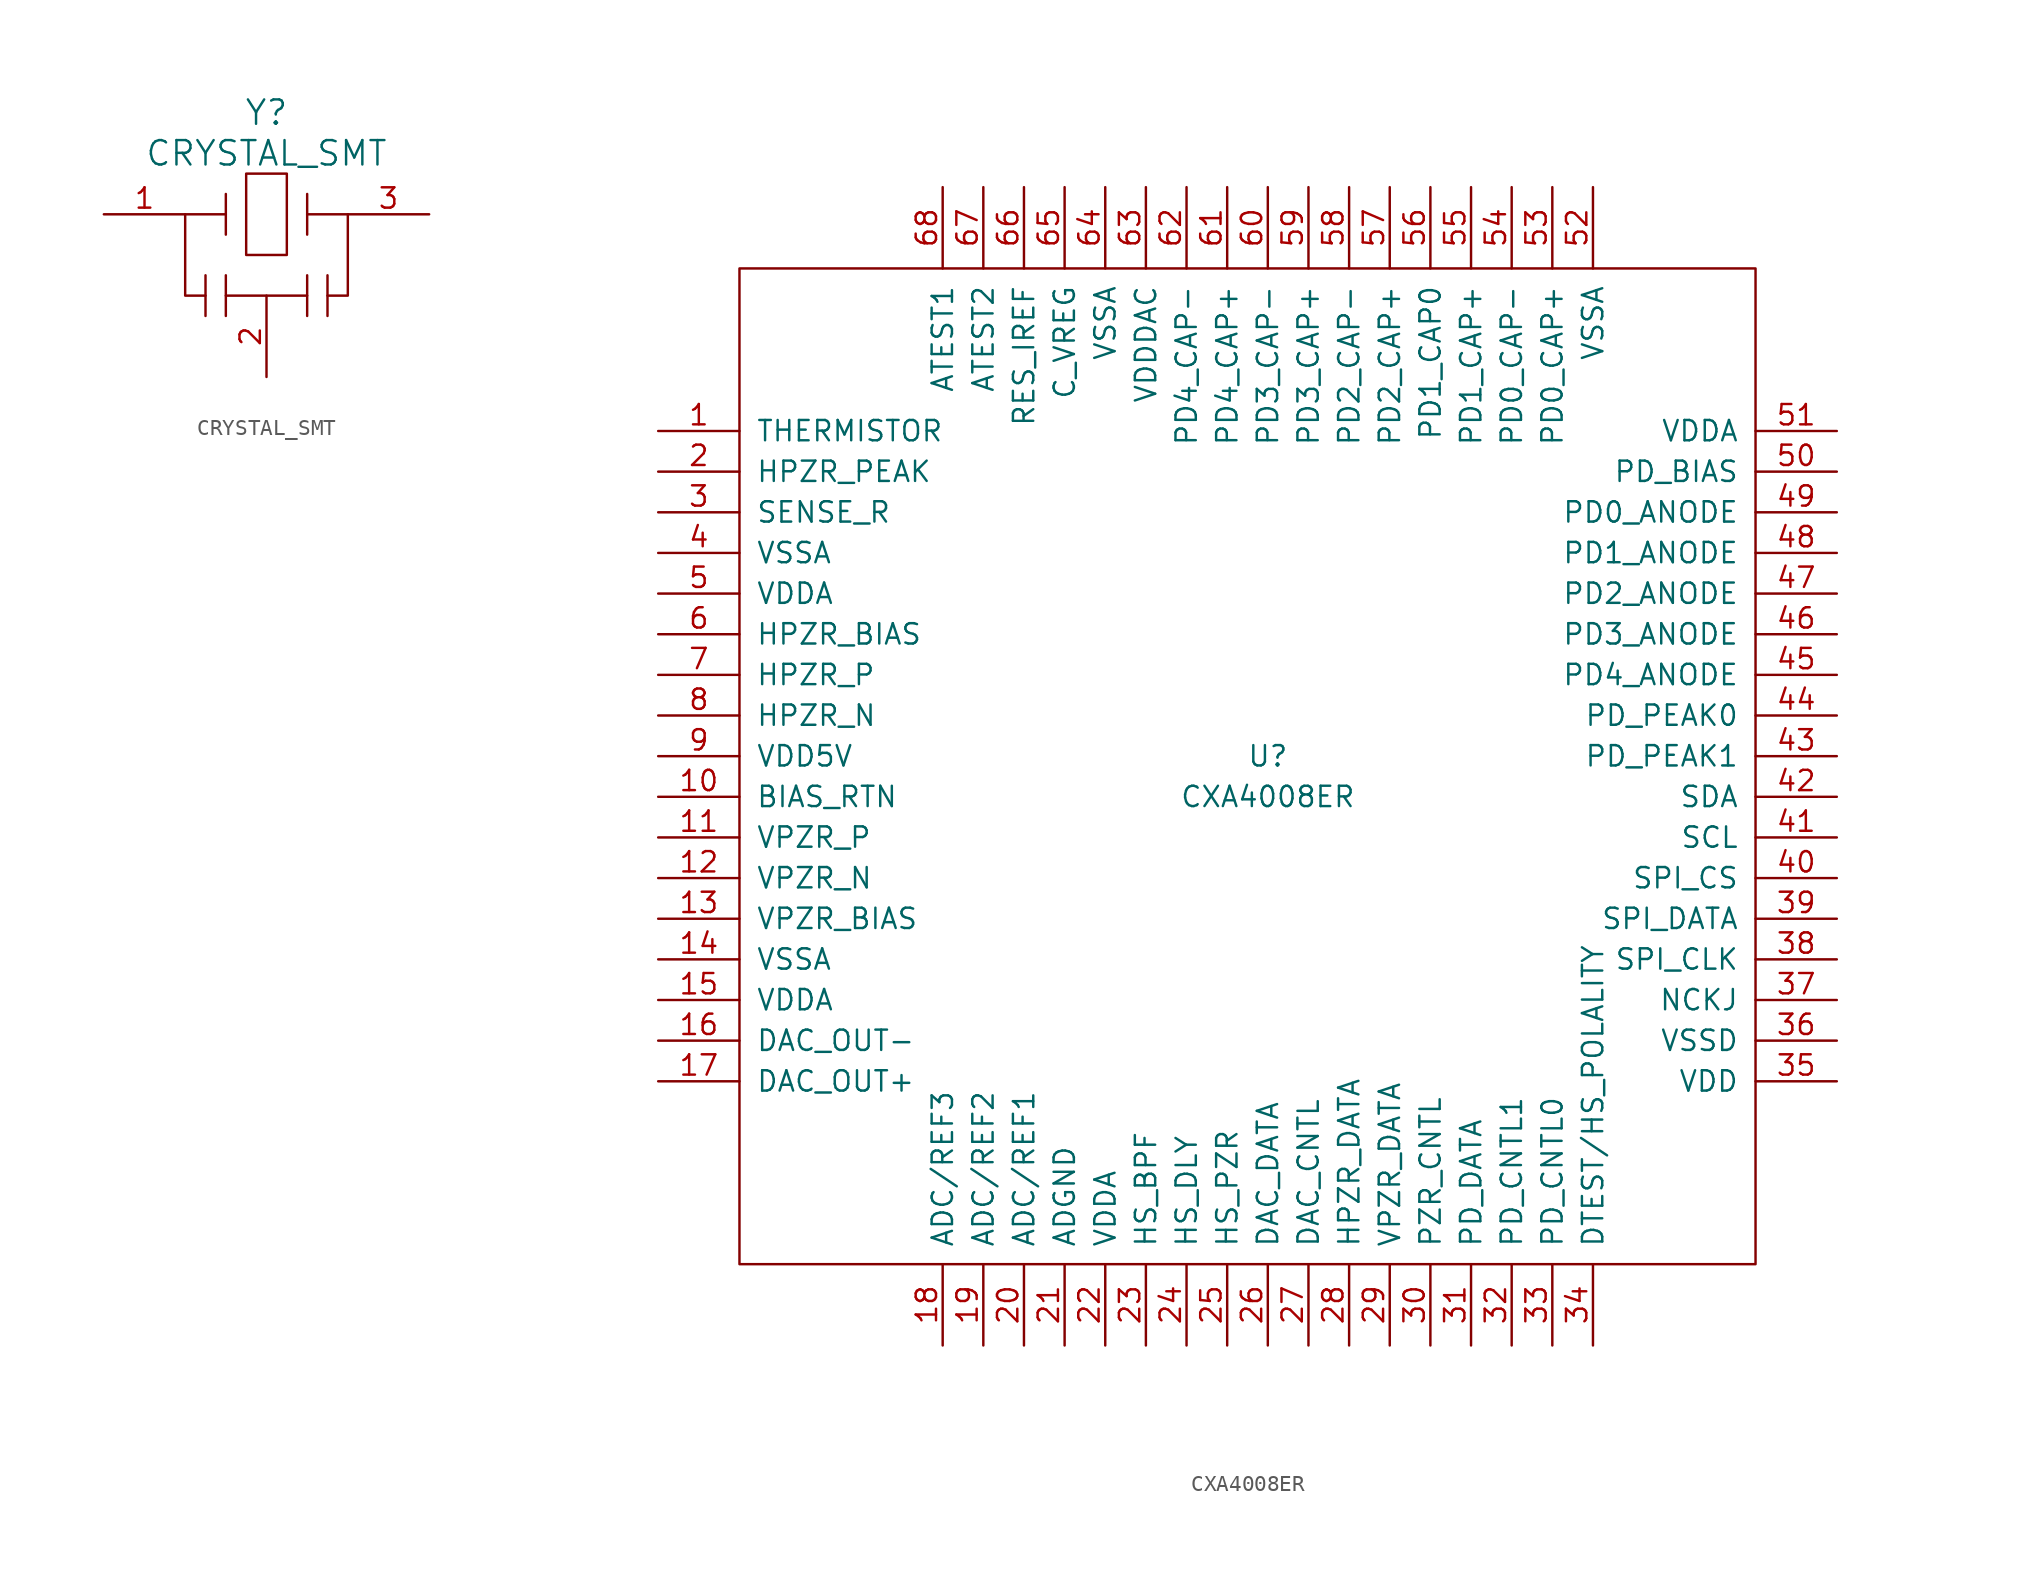
<source format=kicad_sym>
(kicad_symbol_lib
  (version 20220914)
  (generator kicad_symbol_editor)
  (symbol "CRYSTAL_SMT"
    (pin_names
      (offset 0) hide)
    (property "Reference" "Y"
      (at 0 7.62 0)
      (effects (font (size 1.524 1.524))))
    (property "Value" "CRYSTAL_SMT"
      (at 0 5.08 0)
      (effects (font (size 1.524 1.524))))
    (property "Footprint" ""
      (at 0 0 0)
      (effects (font (size 1.524 1.524))))
    (property "Datasheet" ""
      (at 0 0 0)
      (effects (font (size 1.524 1.524))))
    (symbol "CRYSTAL_SMT_0_1"
      (rectangle (start -1.27 3.81) (end 1.27 -1.27) (stroke (width 0) (type default)) (fill (type none)))
      (polyline (pts (xy -2.54 -3.81) (xy 2.54 -3.81)) (stroke (width 0) (type default)) (fill (type none)))
      (polyline (pts (xy -2.54 2.54) (xy -2.54 0)) (stroke (width 0) (type default)) (fill (type none)))
      (polyline (pts (xy 2.54 -2.54) (xy 2.54 -5.08)) (stroke (width 0) (type default)) (fill (type none)))
      (polyline (pts (xy 2.54 2.54) (xy 2.54 0)) (stroke (width 0) (type default)) (fill (type none)))
      (polyline (pts (xy 3.81 -2.54) (xy 3.81 -5.08)) (stroke (width 0) (type default)) (fill (type none)))
      (polyline (pts (xy -3.81 -2.54) (xy -3.81 -3.81) (xy -3.81 -5.08)) (stroke (width 0) (type default)) (fill (type none)))
      (polyline (pts (xy -2.54 -2.54) (xy -2.54 -3.81) (xy -2.54 -5.08)) (stroke (width 0) (type default)) (fill (type none)))
      (polyline (pts (xy -2.54 1.27) (xy -5.08 1.27) (xy -5.08 -3.81) (xy -3.81 -3.81)) (stroke (width 0) (type default)) (fill (type none)))
      (polyline (pts (xy 2.54 1.27) (xy 5.08 1.27) (xy 5.08 -2.54) (xy 5.08 -3.81) (xy 3.81 -3.81)) (stroke (width 0) (type default)) (fill (type none))))
    (symbol "CRYSTAL_SMT_1_1"
      (pin bidirectional line (at -10.16 1.27 0) (length 5.08) (name "1" (effects (font (size 1.27 1.27)))) (number "1" (effects (font (size 1.27 1.27)))))
      (pin bidirectional line (at 0 -8.89 90) (length 5.08) (name "2" (effects (font (size 1.27 1.27)))) (number "2" (effects (font (size 1.27 1.27)))))
      (pin bidirectional line (at 10.16 1.27 180) (length 5.08) (name "3" (effects (font (size 1.27 1.27)))) (number "3" (effects (font (size 1.27 1.27)))))))
  (symbol "CXA4008ER"
    (pin_names
      (offset 1.016))
    (property "Reference" "U"
      (at 0 0 0)
      (effects (font (size 1.27 1.27))))
    (property "Value" "CXA4008ER"
      (at 0 -2.54 0)
      (effects (font (size 1.27 1.27))))
    (symbol "CXA4008ER_0_1"
      (rectangle (start -33.02 30.48) (end 30.48 -31.75) (stroke (width 0) (type default)) (fill (type none))))
    (symbol "CXA4008ER_1_1"
      (pin input line (at -38.1 20.32 0) (length 5.08) (name "THERMISTOR" (effects (font (size 1.27 1.27)))) (number "1" (effects (font (size 1.27 1.27)))))
      (pin input line (at -38.1 -2.54 0) (length 5.08) (name "BIAS_RTN" (effects (font (size 1.27 1.27)))) (number "10" (effects (font (size 1.27 1.27)))))
      (pin input line (at -38.1 -5.08 0) (length 5.08) (name "VPZR_P" (effects (font (size 1.27 1.27)))) (number "11" (effects (font (size 1.27 1.27)))))
      (pin input line (at -38.1 -7.62 0) (length 5.08) (name "VPZR_N" (effects (font (size 1.27 1.27)))) (number "12" (effects (font (size 1.27 1.27)))))
      (pin input line (at -38.1 -10.16 0) (length 5.08) (name "VPZR_BIAS" (effects (font (size 1.27 1.27)))) (number "13" (effects (font (size 1.27 1.27)))))
      (pin input line (at -38.1 -12.7 0) (length 5.08) (name "VSSA" (effects (font (size 1.27 1.27)))) (number "14" (effects (font (size 1.27 1.27)))))
      (pin input line (at -38.1 -15.24 0) (length 5.08) (name "VDDA" (effects (font (size 1.27 1.27)))) (number "15" (effects (font (size 1.27 1.27)))))
      (pin input line (at -38.1 -17.78 0) (length 5.08) (name "DAC_OUT-" (effects (font (size 1.27 1.27)))) (number "16" (effects (font (size 1.27 1.27)))))
      (pin input line (at -38.1 -20.32 0) (length 5.08) (name "DAC_OUT+" (effects (font (size 1.27 1.27)))) (number "17" (effects (font (size 1.27 1.27)))))
      (pin input line (at -20.32 -36.83 90) (length 5.08) (name "ADC/REF3" (effects (font (size 1.27 1.27)))) (number "18" (effects (font (size 1.27 1.27)))))
      (pin input line (at -17.78 -36.83 90) (length 5.08) (name "ADC/REF2" (effects (font (size 1.27 1.27)))) (number "19" (effects (font (size 1.27 1.27)))))
      (pin input line (at -38.1 17.78 0) (length 5.08) (name "HPZR_PEAK" (effects (font (size 1.27 1.27)))) (number "2" (effects (font (size 1.27 1.27)))))
      (pin input line (at -15.24 -36.83 90) (length 5.08) (name "ADC/REF1" (effects (font (size 1.27 1.27)))) (number "20" (effects (font (size 1.27 1.27)))))
      (pin input line (at -12.7 -36.83 90) (length 5.08) (name "ADGND" (effects (font (size 1.27 1.27)))) (number "21" (effects (font (size 1.27 1.27)))))
      (pin input line (at -10.16 -36.83 90) (length 5.08) (name "VDDA" (effects (font (size 1.27 1.27)))) (number "22" (effects (font (size 1.27 1.27)))))
      (pin input line (at -7.62 -36.83 90) (length 5.08) (name "HS_BPF" (effects (font (size 1.27 1.27)))) (number "23" (effects (font (size 1.27 1.27)))))
      (pin input line (at -5.08 -36.83 90) (length 5.08) (name "HS_DLY" (effects (font (size 1.27 1.27)))) (number "24" (effects (font (size 1.27 1.27)))))
      (pin input line (at -2.54 -36.83 90) (length 5.08) (name "HS_PZR" (effects (font (size 1.27 1.27)))) (number "25" (effects (font (size 1.27 1.27)))))
      (pin input line (at 0 -36.83 90) (length 5.08) (name "DAC_DATA" (effects (font (size 1.27 1.27)))) (number "26" (effects (font (size 1.27 1.27)))))
      (pin input line (at 2.54 -36.83 90) (length 5.08) (name "DAC_CNTL" (effects (font (size 1.27 1.27)))) (number "27" (effects (font (size 1.27 1.27)))))
      (pin input line (at 5.08 -36.83 90) (length 5.08) (name "HPZR_DATA" (effects (font (size 1.27 1.27)))) (number "28" (effects (font (size 1.27 1.27)))))
      (pin input line (at 7.62 -36.83 90) (length 5.08) (name "VPZR_DATA" (effects (font (size 1.27 1.27)))) (number "29" (effects (font (size 1.27 1.27)))))
      (pin input line (at -38.1 15.24 0) (length 5.08) (name "SENSE_R" (effects (font (size 1.27 1.27)))) (number "3" (effects (font (size 1.27 1.27)))))
      (pin input line (at 10.16 -36.83 90) (length 5.08) (name "PZR_CNTL" (effects (font (size 1.27 1.27)))) (number "30" (effects (font (size 1.27 1.27)))))
      (pin input line (at 12.7 -36.83 90) (length 5.08) (name "PD_DATA" (effects (font (size 1.27 1.27)))) (number "31" (effects (font (size 1.27 1.27)))))
      (pin input line (at 15.24 -36.83 90) (length 5.08) (name "PD_CNTL1" (effects (font (size 1.27 1.27)))) (number "32" (effects (font (size 1.27 1.27)))))
      (pin input line (at 17.78 -36.83 90) (length 5.08) (name "PD_CNTL0" (effects (font (size 1.27 1.27)))) (number "33" (effects (font (size 1.27 1.27)))))
      (pin input line (at 20.32 -36.83 90) (length 5.08) (name "DTEST/HS_POLALITY" (effects (font (size 1.27 1.27)))) (number "34" (effects (font (size 1.27 1.27)))))
      (pin input line (at 35.56 -20.32 180) (length 5.08) (name "VDD" (effects (font (size 1.27 1.27)))) (number "35" (effects (font (size 1.27 1.27)))))
      (pin input line (at 35.56 -17.78 180) (length 5.08) (name "VSSD" (effects (font (size 1.27 1.27)))) (number "36" (effects (font (size 1.27 1.27)))))
      (pin input line (at 35.56 -15.24 180) (length 5.08) (name "NCKJ" (effects (font (size 1.27 1.27)))) (number "37" (effects (font (size 1.27 1.27)))))
      (pin input line (at 35.56 -12.7 180) (length 5.08) (name "SPI_CLK" (effects (font (size 1.27 1.27)))) (number "38" (effects (font (size 1.27 1.27)))))
      (pin input line (at 35.56 -10.16 180) (length 5.08) (name "SPI_DATA" (effects (font (size 1.27 1.27)))) (number "39" (effects (font (size 1.27 1.27)))))
      (pin input line (at -38.1 12.7 0) (length 5.08) (name "VSSA" (effects (font (size 1.27 1.27)))) (number "4" (effects (font (size 1.27 1.27)))))
      (pin input line (at 35.56 -7.62 180) (length 5.08) (name "SPI_CS" (effects (font (size 1.27 1.27)))) (number "40" (effects (font (size 1.27 1.27)))))
      (pin input line (at 35.56 -5.08 180) (length 5.08) (name "SCL" (effects (font (size 1.27 1.27)))) (number "41" (effects (font (size 1.27 1.27)))))
      (pin input line (at 35.56 -2.54 180) (length 5.08) (name "SDA" (effects (font (size 1.27 1.27)))) (number "42" (effects (font (size 1.27 1.27)))))
      (pin input line (at 35.56 0 180) (length 5.08) (name "PD_PEAK1" (effects (font (size 1.27 1.27)))) (number "43" (effects (font (size 1.27 1.27)))))
      (pin input line (at 35.56 2.54 180) (length 5.08) (name "PD_PEAK0" (effects (font (size 1.27 1.27)))) (number "44" (effects (font (size 1.27 1.27)))))
      (pin input line (at 35.56 5.08 180) (length 5.08) (name "PD4_ANODE" (effects (font (size 1.27 1.27)))) (number "45" (effects (font (size 1.27 1.27)))))
      (pin input line (at 35.56 7.62 180) (length 5.08) (name "PD3_ANODE" (effects (font (size 1.27 1.27)))) (number "46" (effects (font (size 1.27 1.27)))))
      (pin input line (at 35.56 10.16 180) (length 5.08) (name "PD2_ANODE" (effects (font (size 1.27 1.27)))) (number "47" (effects (font (size 1.27 1.27)))))
      (pin input line (at 35.56 12.7 180) (length 5.08) (name "PD1_ANODE" (effects (font (size 1.27 1.27)))) (number "48" (effects (font (size 1.27 1.27)))))
      (pin input line (at 35.56 15.24 180) (length 5.08) (name "PD0_ANODE" (effects (font (size 1.27 1.27)))) (number "49" (effects (font (size 1.27 1.27)))))
      (pin input line (at -38.1 10.16 0) (length 5.08) (name "VDDA" (effects (font (size 1.27 1.27)))) (number "5" (effects (font (size 1.27 1.27)))))
      (pin input line (at 35.56 17.78 180) (length 5.08) (name "PD_BIAS" (effects (font (size 1.27 1.27)))) (number "50" (effects (font (size 1.27 1.27)))))
      (pin input line (at 35.56 20.32 180) (length 5.08) (name "VDDA" (effects (font (size 1.27 1.27)))) (number "51" (effects (font (size 1.27 1.27)))))
      (pin input line (at 20.32 35.56 270) (length 5.08) (name "VSSA" (effects (font (size 1.27 1.27)))) (number "52" (effects (font (size 1.27 1.27)))))
      (pin input line (at 17.78 35.56 270) (length 5.08) (name "PD0_CAP+" (effects (font (size 1.27 1.27)))) (number "53" (effects (font (size 1.27 1.27)))))
      (pin input line (at 15.24 35.56 270) (length 5.08) (name "PD0_CAP-" (effects (font (size 1.27 1.27)))) (number "54" (effects (font (size 1.27 1.27)))))
      (pin input line (at 12.7 35.56 270) (length 5.08) (name "PD1_CAP+" (effects (font (size 1.27 1.27)))) (number "55" (effects (font (size 1.27 1.27)))))
      (pin input line (at 10.16 35.56 270) (length 5.08) (name "PD1_CAP0" (effects (font (size 1.27 1.27)))) (number "56" (effects (font (size 1.27 1.27)))))
      (pin input line (at 7.62 35.56 270) (length 5.08) (name "PD2_CAP+" (effects (font (size 1.27 1.27)))) (number "57" (effects (font (size 1.27 1.27)))))
      (pin input line (at 5.08 35.56 270) (length 5.08) (name "PD2_CAP-" (effects (font (size 1.27 1.27)))) (number "58" (effects (font (size 1.27 1.27)))))
      (pin input line (at 2.54 35.56 270) (length 5.08) (name "PD3_CAP+" (effects (font (size 1.27 1.27)))) (number "59" (effects (font (size 1.27 1.27)))))
      (pin input line (at -38.1 7.62 0) (length 5.08) (name "HPZR_BIAS" (effects (font (size 1.27 1.27)))) (number "6" (effects (font (size 1.27 1.27)))))
      (pin input line (at 0 35.56 270) (length 5.08) (name "PD3_CAP-" (effects (font (size 1.27 1.27)))) (number "60" (effects (font (size 1.27 1.27)))))
      (pin input line (at -2.54 35.56 270) (length 5.08) (name "PD4_CAP+" (effects (font (size 1.27 1.27)))) (number "61" (effects (font (size 1.27 1.27)))))
      (pin input line (at -5.08 35.56 270) (length 5.08) (name "PD4_CAP-" (effects (font (size 1.27 1.27)))) (number "62" (effects (font (size 1.27 1.27)))))
      (pin input line (at -7.62 35.56 270) (length 5.08) (name "VDDDAC" (effects (font (size 1.27 1.27)))) (number "63" (effects (font (size 1.27 1.27)))))
      (pin input line (at -10.16 35.56 270) (length 5.08) (name "VSSA" (effects (font (size 1.27 1.27)))) (number "64" (effects (font (size 1.27 1.27)))))
      (pin input line (at -12.7 35.56 270) (length 5.08) (name "C_VREG" (effects (font (size 1.27 1.27)))) (number "65" (effects (font (size 1.27 1.27)))))
      (pin input line (at -15.24 35.56 270) (length 5.08) (name "RES_IREF" (effects (font (size 1.27 1.27)))) (number "66" (effects (font (size 1.27 1.27)))))
      (pin input line (at -17.78 35.56 270) (length 5.08) (name "ATEST2" (effects (font (size 1.27 1.27)))) (number "67" (effects (font (size 1.27 1.27)))))
      (pin input line (at -20.32 35.56 270) (length 5.08) (name "ATEST1" (effects (font (size 1.27 1.27)))) (number "68" (effects (font (size 1.27 1.27)))))
      (pin input line (at -38.1 5.08 0) (length 5.08) (name "HPZR_P" (effects (font (size 1.27 1.27)))) (number "7" (effects (font (size 1.27 1.27)))))
      (pin input line (at -38.1 2.54 0) (length 5.08) (name "HPZR_N" (effects (font (size 1.27 1.27)))) (number "8" (effects (font (size 1.27 1.27)))))
      (pin input line (at -38.1 0 0) (length 5.08) (name "VDD5V" (effects (font (size 1.27 1.27)))) (number "9" (effects (font (size 1.27 1.27))))))))
</source>
